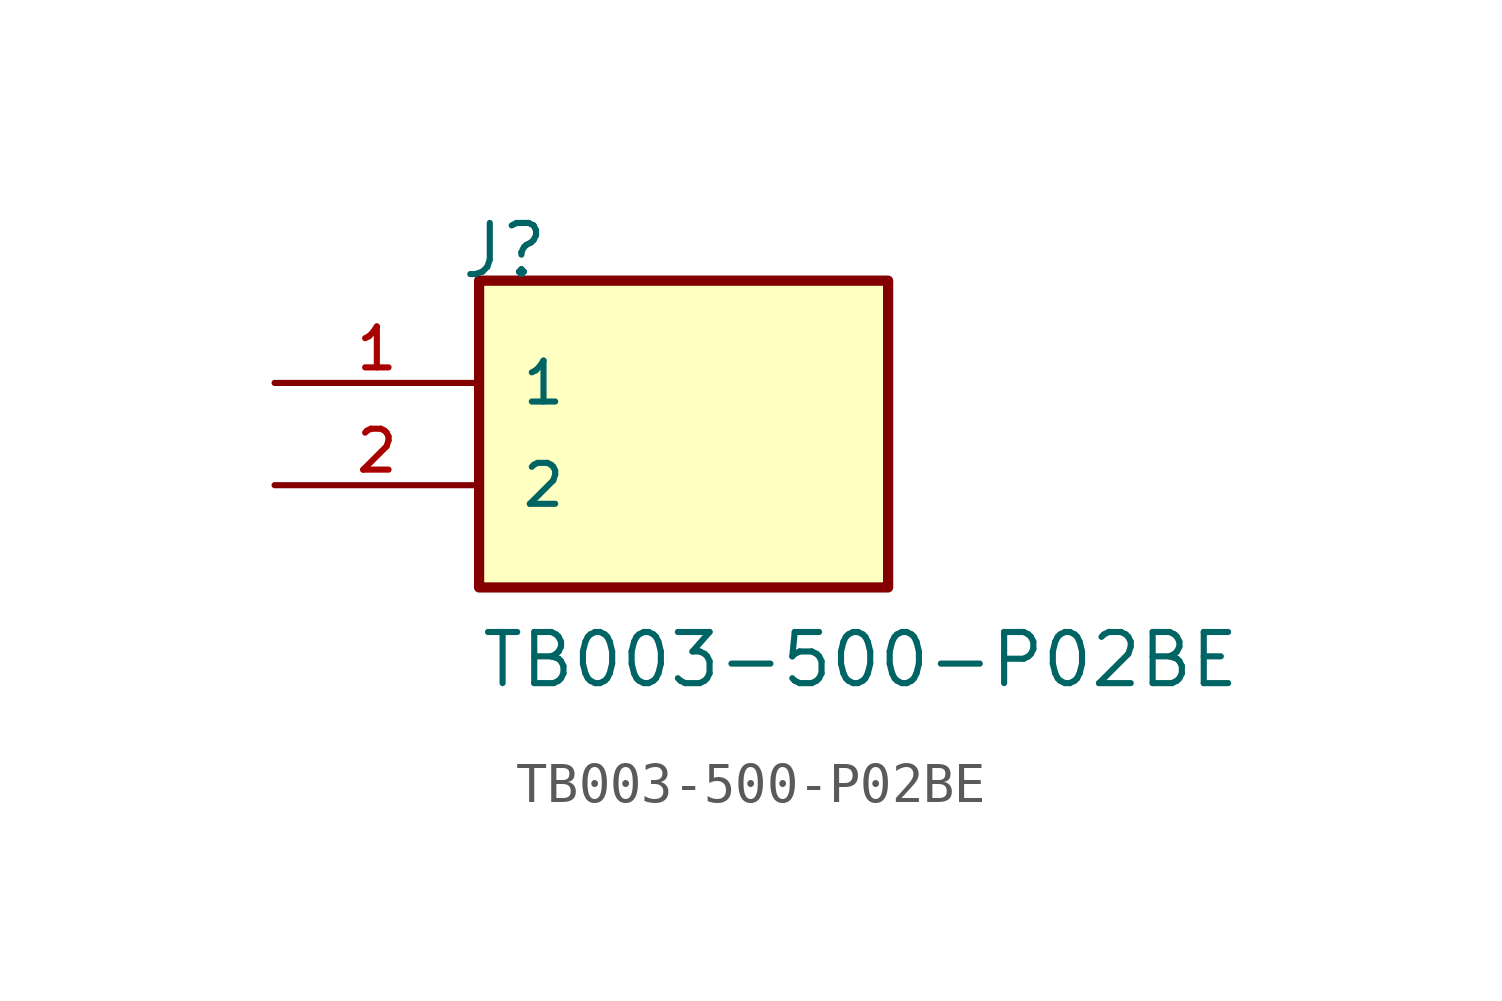
<source format=kicad_sym>
(kicad_symbol_lib
  (version 20211014)
  (generator kicad_symbol_editor)
  (symbol "TB003-500-P02BE"
    (pin_names
      (offset 1.016))
    (property "Reference" "J"
      (at -5.58 5.08 0)
      (effects (font (size 1.27 1.27)) (justify bottom left)))
    (property "Value" "TB003-500-P02BE"
      (at -5.08 -5.08 0)
      (effects (font (size 1.27 1.27)) (justify bottom left)))
    (symbol "TB003-500-P02BE_0_0"
      (rectangle (start -5.08 -2.54) (end 5.08 5.08) (stroke (width 0.254)) (fill (type background)))
      (pin passive line (at -10.16 2.54 0) (length 5.08) (name "1" (effects (font (size 1.016 1.016)))) (number "1" (effects (font (size 1.016 1.016)))))
      (pin passive line (at -10.16 0.0 0) (length 5.08) (name "2" (effects (font (size 1.016 1.016)))) (number "2" (effects (font (size 1.016 1.016))))))))
</source>
